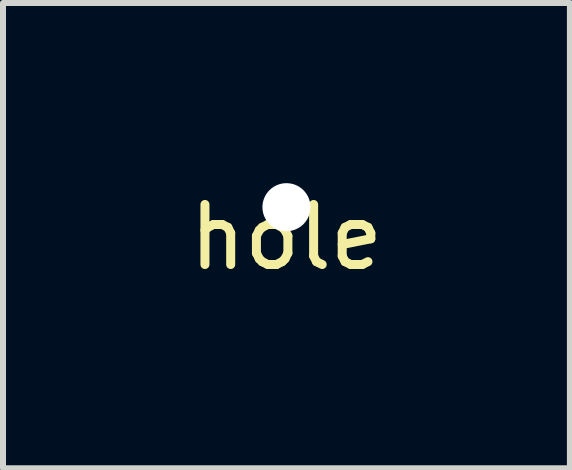
<source format=kicad_pcb>
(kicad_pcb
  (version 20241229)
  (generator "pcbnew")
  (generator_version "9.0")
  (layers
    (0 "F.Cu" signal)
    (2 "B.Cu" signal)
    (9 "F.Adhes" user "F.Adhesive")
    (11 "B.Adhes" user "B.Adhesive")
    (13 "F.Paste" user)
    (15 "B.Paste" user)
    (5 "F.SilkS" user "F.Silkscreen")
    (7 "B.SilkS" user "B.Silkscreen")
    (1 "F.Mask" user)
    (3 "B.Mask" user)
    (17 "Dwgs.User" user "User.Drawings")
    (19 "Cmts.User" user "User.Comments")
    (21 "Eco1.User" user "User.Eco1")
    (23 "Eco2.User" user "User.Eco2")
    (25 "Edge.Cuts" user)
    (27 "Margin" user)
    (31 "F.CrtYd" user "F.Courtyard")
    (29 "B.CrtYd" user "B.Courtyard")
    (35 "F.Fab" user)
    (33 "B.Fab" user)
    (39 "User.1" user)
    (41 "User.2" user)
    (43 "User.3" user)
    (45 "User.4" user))
  (footprint "hole"
    (layer "F.Cu")
    (at 1.72 0.4)
    (property "Reference" "hole" (at 0 0.5 0) (layer "F.SilkS") (effects (font (size 1 1) (thickness 0.15))))
    (attr through_hole)
    (pad "" np_thru_hole circle (at 0 0) (size 0.8 0.8) (drill 0.8) (layers "*.Cu" "*.Mask")))
  (gr_rect
    (start -3 -3)
    (end 6.44 4.748)
    (stroke (width 0.1) (type default))
    (fill no)
    (layer "Edge.Cuts")))
</source>
